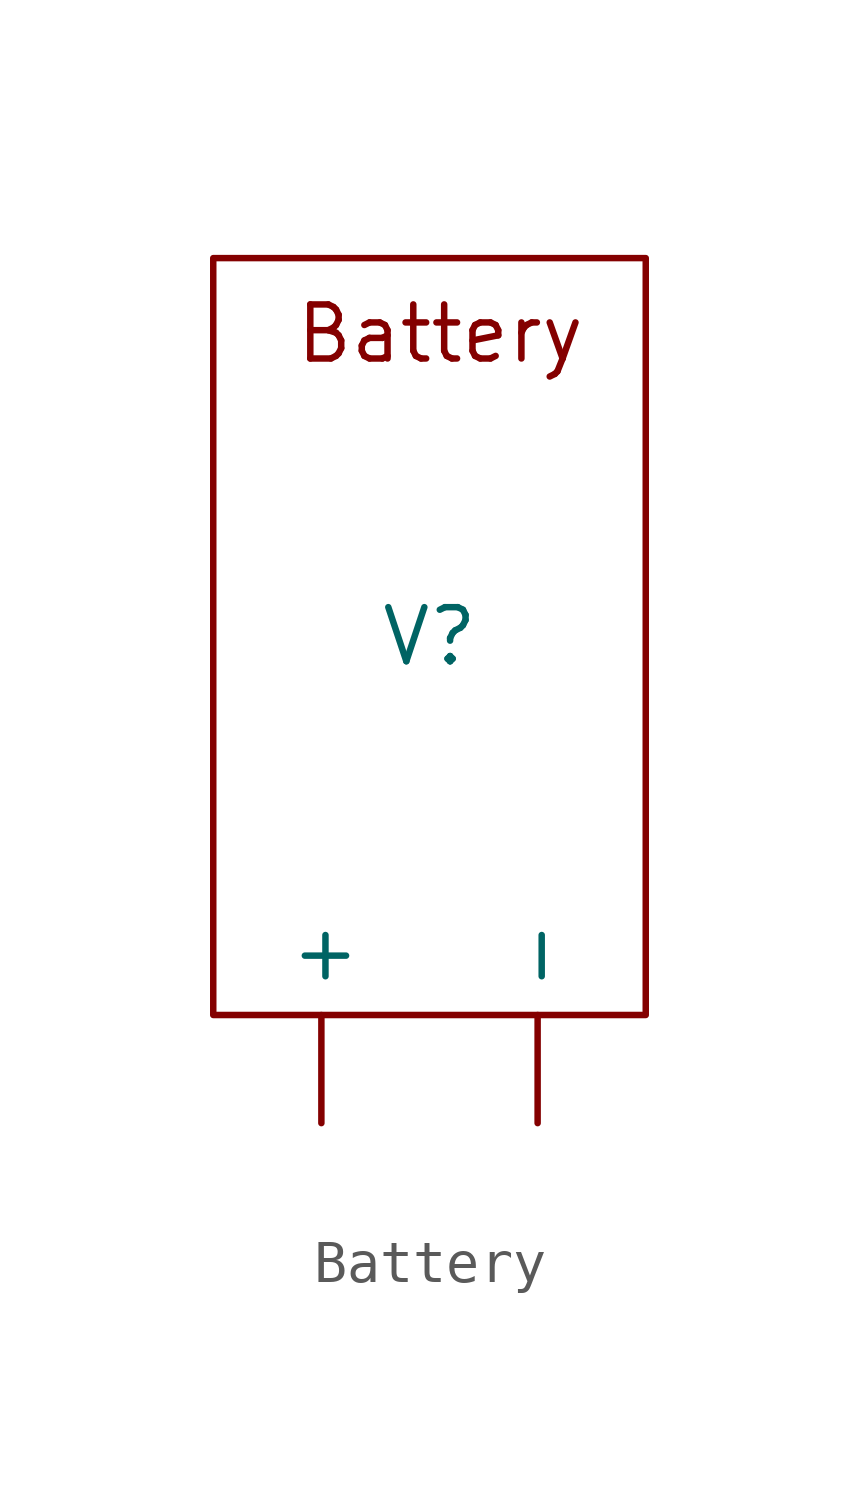
<source format=kicad_sym>
(kicad_symbol_lib
  (version 20231120)
  (generator "kicad_symbol_editor")
  (generator_version "8.0")
  (symbol "Battery"
    (property "Reference" "V"
      (at 0 0 0)
      (effects (font (size 1.27 1.27))))
    (property "Value" ""
      (at 0 0 0)
      (effects (font (size 1.27 1.27))))
    (symbol "Battery_0_1"
      (rectangle (start -5.08 8.89) (end 5.08 -8.89) (stroke (width 0) (type default)) (fill (type none))))
    (symbol "Battery_1_1"
      (text "Battery\n" (at 0.254 7.112 0) (effects (font (size 1.27 1.27))))
      (pin power_out line (at -2.54 -11.43 90) (length 2.54) (name "+" (effects (font (size 1.27 1.27)))) (number "" (effects (font (size 1.27 1.27)))))
      (pin power_out line (at 2.54 -11.43 90) (length 2.54) (name "-" (effects (font (size 1.27 1.27)))) (number "" (effects (font (size 1.27 1.27))))))))
</source>
